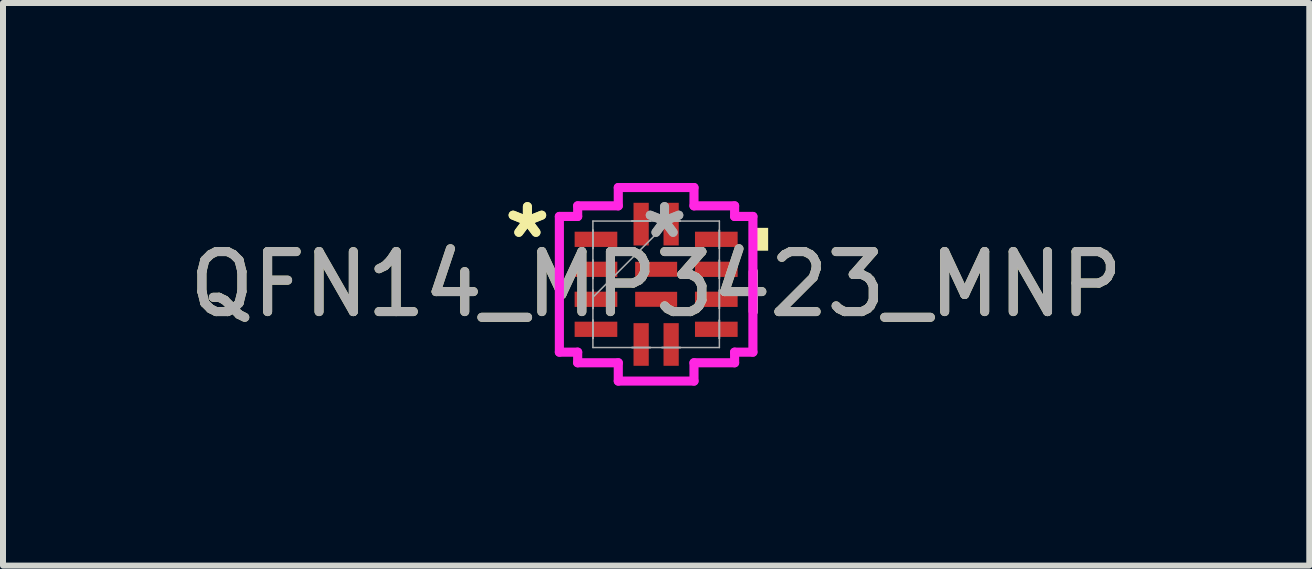
<source format=kicad_pcb>
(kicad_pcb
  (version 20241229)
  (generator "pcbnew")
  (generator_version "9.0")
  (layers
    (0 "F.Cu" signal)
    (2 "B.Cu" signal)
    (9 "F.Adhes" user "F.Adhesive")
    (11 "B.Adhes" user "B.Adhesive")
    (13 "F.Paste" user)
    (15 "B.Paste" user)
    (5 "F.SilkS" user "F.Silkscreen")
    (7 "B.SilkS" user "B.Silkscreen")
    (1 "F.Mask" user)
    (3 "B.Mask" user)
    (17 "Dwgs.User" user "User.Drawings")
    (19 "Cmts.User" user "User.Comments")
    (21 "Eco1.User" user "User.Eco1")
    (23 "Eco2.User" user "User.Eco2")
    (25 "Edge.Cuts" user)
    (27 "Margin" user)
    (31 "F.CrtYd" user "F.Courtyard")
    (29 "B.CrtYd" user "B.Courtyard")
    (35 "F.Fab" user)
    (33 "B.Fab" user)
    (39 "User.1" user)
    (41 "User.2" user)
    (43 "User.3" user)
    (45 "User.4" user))
  (footprint "QFN14_MP3423_MNP"
    (layer "F.Cu")
    (at 7.887 1.689)
    (property "Reference" "QFN14_MP3423_MNP" (at 0 0 0) (unlocked yes) (layer "F.SilkS") (effects (font (size 1 1) (thickness 0.15))))
    (attr smd)
    (fp_poly (pts (xy 1.867 -0.941) (xy 1.867 -0.56) (xy 1.613 -0.56) (xy 1.613 -0.941)) (stroke (width 0) (type solid)) (fill yes) (layer "F.SilkS"))
    (fp_line (start -1.613 -1.131) (end -1.308 -1.131) (stroke (width 0.152) (type solid)) (layer "F.CrtYd"))
    (fp_line (start -1.613 1.131) (end -1.613 -1.131) (stroke (width 0.152) (type solid)) (layer "F.CrtYd"))
    (fp_line (start -1.308 -1.308) (end -0.631 -1.308) (stroke (width 0.152) (type solid)) (layer "F.CrtYd"))
    (fp_line (start -1.308 -1.131) (end -1.308 -1.308) (stroke (width 0.152) (type solid)) (layer "F.CrtYd"))
    (fp_line (start -1.308 1.131) (end -1.613 1.131) (stroke (width 0.152) (type solid)) (layer "F.CrtYd"))
    (fp_line (start -1.308 1.308) (end -1.308 1.131) (stroke (width 0.152) (type solid)) (layer "F.CrtYd"))
    (fp_line (start -0.631 -1.613) (end 0.631 -1.613) (stroke (width 0.152) (type solid)) (layer "F.CrtYd"))
    (fp_line (start -0.631 -1.308) (end -0.631 -1.613) (stroke (width 0.152) (type solid)) (layer "F.CrtYd"))
    (fp_line (start -0.631 1.308) (end -1.308 1.308) (stroke (width 0.152) (type solid)) (layer "F.CrtYd"))
    (fp_line (start -0.631 1.613) (end -0.631 1.308) (stroke (width 0.152) (type solid)) (layer "F.CrtYd"))
    (fp_line (start 0.631 -1.613) (end 0.631 -1.308) (stroke (width 0.152) (type solid)) (layer "F.CrtYd"))
    (fp_line (start 0.631 -1.308) (end 1.308 -1.308) (stroke (width 0.152) (type solid)) (layer "F.CrtYd"))
    (fp_line (start 0.631 1.308) (end 0.631 1.613) (stroke (width 0.152) (type solid)) (layer "F.CrtYd"))
    (fp_line (start 0.631 1.613) (end -0.631 1.613) (stroke (width 0.152) (type solid)) (layer "F.CrtYd"))
    (fp_line (start 1.308 -1.308) (end 1.308 -1.131) (stroke (width 0.152) (type solid)) (layer "F.CrtYd"))
    (fp_line (start 1.308 -1.131) (end 1.613 -1.131) (stroke (width 0.152) (type solid)) (layer "F.CrtYd"))
    (fp_line (start 1.308 1.131) (end 1.308 1.308) (stroke (width 0.152) (type solid)) (layer "F.CrtYd"))
    (fp_line (start 1.308 1.308) (end 0.631 1.308) (stroke (width 0.152) (type solid)) (layer "F.CrtYd"))
    (fp_line (start 1.613 -1.131) (end 1.613 1.131) (stroke (width 0.152) (type solid)) (layer "F.CrtYd"))
    (fp_line (start 1.613 1.131) (end 1.308 1.131) (stroke (width 0.152) (type solid)) (layer "F.CrtYd"))
    (fp_line (start -1.054 -1.054) (end -1.054 1.054) (stroke (width 0.025) (type solid)) (layer "F.Fab"))
    (fp_line (start -1.054 -0.902) (end -1.054 -0.902) (stroke (width 0.025) (type solid)) (layer "F.Fab"))
    (fp_line (start -1.054 -0.902) (end -1.054 -0.598) (stroke (width 0.025) (type solid)) (layer "F.Fab"))
    (fp_line (start -1.054 -0.598) (end -1.054 -0.902) (stroke (width 0.025) (type solid)) (layer "F.Fab"))
    (fp_line (start -1.054 -0.598) (end -1.054 -0.598) (stroke (width 0.025) (type solid)) (layer "F.Fab"))
    (fp_line (start -1.054 -0.402) (end -1.054 -0.402) (stroke (width 0.025) (type solid)) (layer "F.Fab"))
    (fp_line (start -1.054 -0.402) (end -1.054 -0.098) (stroke (width 0.025) (type solid)) (layer "F.Fab"))
    (fp_line (start -1.054 -0.098) (end -1.054 -0.402) (stroke (width 0.025) (type solid)) (layer "F.Fab"))
    (fp_line (start -1.054 -0.098) (end -1.054 -0.098) (stroke (width 0.025) (type solid)) (layer "F.Fab"))
    (fp_line (start -1.054 0.098) (end -1.054 0.098) (stroke (width 0.025) (type solid)) (layer "F.Fab"))
    (fp_line (start -1.054 0.098) (end -1.054 0.402) (stroke (width 0.025) (type solid)) (layer "F.Fab"))
    (fp_line (start -1.054 0.216) (end 0.216 -1.054) (stroke (width 0.025) (type solid)) (layer "F.Fab"))
    (fp_line (start -1.054 0.402) (end -1.054 0.098) (stroke (width 0.025) (type solid)) (layer "F.Fab"))
    (fp_line (start -1.054 0.402) (end -1.054 0.402) (stroke (width 0.025) (type solid)) (layer "F.Fab"))
    (fp_line (start -1.054 0.598) (end -1.054 0.598) (stroke (width 0.025) (type solid)) (layer "F.Fab"))
    (fp_line (start -1.054 0.598) (end -1.054 0.902) (stroke (width 0.025) (type solid)) (layer "F.Fab"))
    (fp_line (start -1.054 0.902) (end -1.054 0.598) (stroke (width 0.025) (type solid)) (layer "F.Fab"))
    (fp_line (start -1.054 0.902) (end -1.054 0.902) (stroke (width 0.025) (type solid)) (layer "F.Fab"))
    (fp_line (start -1.054 1.054) (end 1.054 1.054) (stroke (width 0.025) (type solid)) (layer "F.Fab"))
    (fp_line (start -0.402 -1.054) (end -0.402 -1.054) (stroke (width 0.025) (type solid)) (layer "F.Fab"))
    (fp_line (start -0.402 -1.054) (end -0.098 -1.054) (stroke (width 0.025) (type solid)) (layer "F.Fab"))
    (fp_line (start -0.402 1.054) (end -0.402 1.054) (stroke (width 0.025) (type solid)) (layer "F.Fab"))
    (fp_line (start -0.402 1.054) (end -0.098 1.054) (stroke (width 0.025) (type solid)) (layer "F.Fab"))
    (fp_line (start -0.098 -1.054) (end -0.402 -1.054) (stroke (width 0.025) (type solid)) (layer "F.Fab"))
    (fp_line (start -0.098 -1.054) (end -0.098 -1.054) (stroke (width 0.025) (type solid)) (layer "F.Fab"))
    (fp_line (start -0.098 1.054) (end -0.402 1.054) (stroke (width 0.025) (type solid)) (layer "F.Fab"))
    (fp_line (start -0.098 1.054) (end -0.098 1.054) (stroke (width 0.025) (type solid)) (layer "F.Fab"))
    (fp_line (start 0.098 -1.054) (end 0.098 -1.054) (stroke (width 0.025) (type solid)) (layer "F.Fab"))
    (fp_line (start 0.098 -1.054) (end 0.402 -1.054) (stroke (width 0.025) (type solid)) (layer "F.Fab"))
    (fp_line (start 0.098 1.054) (end 0.098 1.054) (stroke (width 0.025) (type solid)) (layer "F.Fab"))
    (fp_line (start 0.098 1.054) (end 0.402 1.054) (stroke (width 0.025) (type solid)) (layer "F.Fab"))
    (fp_line (start 0.402 -1.054) (end 0.098 -1.054) (stroke (width 0.025) (type solid)) (layer "F.Fab"))
    (fp_line (start 0.402 -1.054) (end 0.402 -1.054) (stroke (width 0.025) (type solid)) (layer "F.Fab"))
    (fp_line (start 0.402 1.054) (end 0.098 1.054) (stroke (width 0.025) (type solid)) (layer "F.Fab"))
    (fp_line (start 0.402 1.054) (end 0.402 1.054) (stroke (width 0.025) (type solid)) (layer "F.Fab"))
    (fp_line (start 1.054 -1.054) (end -1.054 -1.054) (stroke (width 0.025) (type solid)) (layer "F.Fab"))
    (fp_line (start 1.054 -0.902) (end 1.054 -0.902) (stroke (width 0.025) (type solid)) (layer "F.Fab"))
    (fp_line (start 1.054 -0.902) (end 1.054 -0.598) (stroke (width 0.025) (type solid)) (layer "F.Fab"))
    (fp_line (start 1.054 -0.598) (end 1.054 -0.902) (stroke (width 0.025) (type solid)) (layer "F.Fab"))
    (fp_line (start 1.054 -0.598) (end 1.054 -0.598) (stroke (width 0.025) (type solid)) (layer "F.Fab"))
    (fp_line (start 1.054 -0.402) (end 1.054 -0.402) (stroke (width 0.025) (type solid)) (layer "F.Fab"))
    (fp_line (start 1.054 -0.402) (end 1.054 -0.098) (stroke (width 0.025) (type solid)) (layer "F.Fab"))
    (fp_line (start 1.054 -0.098) (end 1.054 -0.402) (stroke (width 0.025) (type solid)) (layer "F.Fab"))
    (fp_line (start 1.054 -0.098) (end 1.054 -0.098) (stroke (width 0.025) (type solid)) (layer "F.Fab"))
    (fp_line (start 1.054 0.098) (end 1.054 0.098) (stroke (width 0.025) (type solid)) (layer "F.Fab"))
    (fp_line (start 1.054 0.098) (end 1.054 0.402) (stroke (width 0.025) (type solid)) (layer "F.Fab"))
    (fp_line (start 1.054 0.402) (end 1.054 0.098) (stroke (width 0.025) (type solid)) (layer "F.Fab"))
    (fp_line (start 1.054 0.402) (end 1.054 0.402) (stroke (width 0.025) (type solid)) (layer "F.Fab"))
    (fp_line (start 1.054 0.598) (end 1.054 0.598) (stroke (width 0.025) (type solid)) (layer "F.Fab"))
    (fp_line (start 1.054 0.598) (end 1.054 0.902) (stroke (width 0.025) (type solid)) (layer "F.Fab"))
    (fp_line (start 1.054 0.902) (end 1.054 0.598) (stroke (width 0.025) (type solid)) (layer "F.Fab"))
    (fp_line (start 1.054 0.902) (end 1.054 0.902) (stroke (width 0.025) (type solid)) (layer "F.Fab"))
    (fp_line (start 1.054 1.054) (end 1.054 -1.054) (stroke (width 0.025) (type solid)) (layer "F.Fab"))
    (fp_text user "*" (at -2.146 -0.75 0) (unlocked yes) (layer "F.SilkS") (effects (font (size 1 1) (thickness 0.15))))
    (fp_text user "*" (at -2.146 -0.75 0) (layer "F.SilkS") (effects (font (size 1 1) (thickness 0.15))))
    (fp_text user "*" (at 0.14 -0.75 0) (layer "F.Fab") (effects (font (size 1 1) (thickness 0.15))))
    (fp_text user "${REFERENCE}" (at 0 0 0) (unlocked yes) (layer "F.Fab") (effects (font (size 1 1) (thickness 0.15))))
    (fp_text user "*" (at 0.14 -0.75 0) (unlocked yes) (layer "F.Fab") (effects (font (size 1 1) (thickness 0.15))))
    (pad "1" smd rect (at -1.003 -0.75 90) (size 0.254 0.711) (layers "F.Cu" "F.Mask" "F.Paste"))
    (pad "2" smd rect (at -1.003 -0.25 90) (size 0.254 0.711) (layers "F.Cu" "F.Mask" "F.Paste"))
    (pad "3" smd rect (at -1.003 0.25 90) (size 0.254 0.711) (layers "F.Cu" "F.Mask" "F.Paste"))
    (pad "4" smd rect (at -1.003 0.75 90) (size 0.254 0.711) (layers "F.Cu" "F.Mask" "F.Paste"))
    (pad "5" smd rect (at -0.25 1.003) (size 0.254 0.711) (layers "F.Cu" "F.Mask" "F.Paste"))
    (pad "6" smd rect (at 0.25 1.003) (size 0.254 0.711) (layers "F.Cu" "F.Mask" "F.Paste"))
    (pad "7" smd rect (at 1.003 0.75 90) (size 0.254 0.711) (layers "F.Cu" "F.Mask" "F.Paste"))
    (pad "8" smd rect (at 1.003 0.25 90) (size 0.254 0.711) (layers "F.Cu" "F.Mask" "F.Paste"))
    (pad "9" smd rect (at 1.003 -0.25 90) (size 0.254 0.711) (layers "F.Cu" "F.Mask" "F.Paste"))
    (pad "10" smd rect (at 1.003 -0.75 90) (size 0.254 0.711) (layers "F.Cu" "F.Mask" "F.Paste"))
    (pad "11" smd rect (at 0.25 -1.003) (size 0.254 0.711) (layers "F.Cu" "F.Mask" "F.Paste"))
    (pad "12" smd rect (at -0.25 -1.003) (size 0.254 0.711) (layers "F.Cu" "F.Mask" "F.Paste"))
    (pad "13" smd rect (at 0 -0.25) (size 0.7 0.25) (layers "F.Cu" "F.Mask" "F.Paste"))
    (pad "14" smd rect (at 0 0.25) (size 0.7 0.25) (layers "F.Cu" "F.Mask" "F.Paste")))
  (gr_rect
    (start -3 -3)
    (end 18.774 6.378)
    (stroke (width 0.1) (type default))
    (fill no)
    (layer "Edge.Cuts")))
</source>
